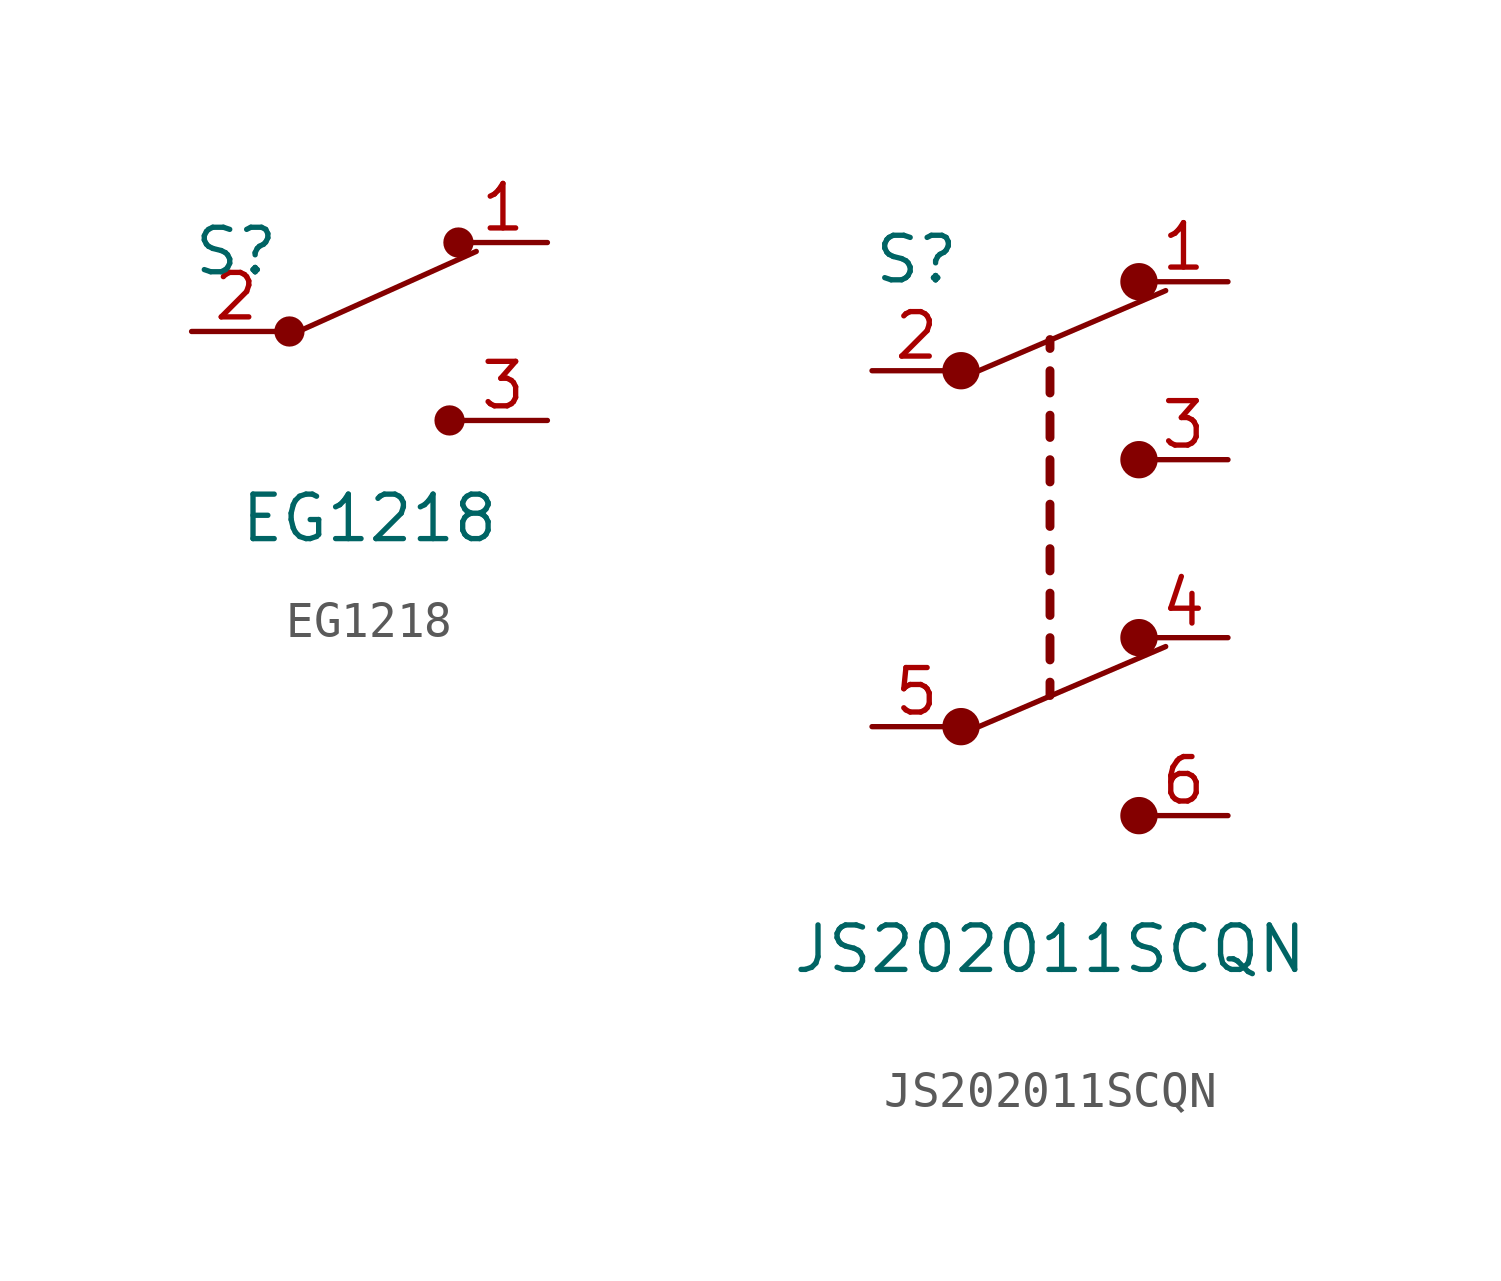
<source format=kicad_sym>
(kicad_symbol_lib
  (version 20220914)
  (generator kicad_symbol_editor)
  (symbol "EG1218"
    (pin_names
      (offset 0))
    (property "Reference" "S"
      (at -3.81 2.286 0)
      (effects (font (size 1.27 1.27))))
    (property "Value" "EG1218"
      (at 0 -5.334 0)
      (effects (font (size 1.27 1.27))))
    (symbol "EG1218_0_1"
      (circle (center -2.286 0) (radius 0.356) (stroke (width 0) (type solid)) (fill (type outline)))
      (polyline (pts (xy -2.032 0) (xy 3.048 2.286)) (stroke (width 0) (type solid)) (fill (type none)))
      (circle (center 2.286 -2.54) (radius 0.356) (stroke (width 0) (type solid)) (fill (type outline)))
      (circle (center 2.54 2.54) (radius 0.356) (stroke (width 0) (type solid)) (fill (type outline))))
    (symbol "EG1218_1_1"
      (pin passive line (at 5.08 2.54 180) (length 2.54) (name "~" (effects (font (size 1.27 1.27)))) (number "1" (effects (font (size 1.27 1.27)))))
      (pin passive line (at -5.08 0 0) (length 2.54) (name "~" (effects (font (size 1.27 1.27)))) (number "2" (effects (font (size 1.27 1.27)))))
      (pin passive line (at 5.08 -2.54 180) (length 2.54) (name "~" (effects (font (size 1.27 1.27)))) (number "3" (effects (font (size 1.27 1.27)))))))
  (symbol "JS202011SCQN"
    (pin_names
      (offset 0))
    (property "Reference" "S"
      (at -3.81 8.255 0)
      (effects (font (size 1.27 1.27))))
    (property "Value" "JS202011SCQN"
      (at 0 -11.43 0)
      (effects (font (size 1.27 1.27))))
    (symbol "JS202011SCQN_0_1"
      (circle (center -2.54 -5.08) (radius 0.457) (stroke (width 0) (type solid)) (fill (type outline)))
      (circle (center -2.54 5.08) (radius 0.457) (stroke (width 0) (type solid)) (fill (type outline)))
      (polyline (pts (xy -2.032 -5.08) (xy 3.302 -2.794)) (stroke (width 0) (type solid)) (fill (type none)))
      (polyline (pts (xy -2.032 5.08) (xy 3.302 7.366)) (stroke (width 0) (type solid)) (fill (type none)))
      (polyline (pts (xy 0 -3.81) (xy 0 -4.191)) (stroke (width 0.254) (type solid)) (fill (type none)))
      (polyline (pts (xy 0 -2.54) (xy 0 -3.175)) (stroke (width 0.254) (type solid)) (fill (type none)))
      (polyline (pts (xy 0 -1.27) (xy 0 -1.905)) (stroke (width 0.254) (type solid)) (fill (type none)))
      (polyline (pts (xy 0 0) (xy 0 -0.635)) (stroke (width 0.254) (type solid)) (fill (type none)))
      (polyline (pts (xy 0 1.27) (xy 0 0.635)) (stroke (width 0.254) (type solid)) (fill (type none)))
      (polyline (pts (xy 0 2.54) (xy 0 1.905)) (stroke (width 0.254) (type solid)) (fill (type none)))
      (polyline (pts (xy 0 3.81) (xy 0 3.175)) (stroke (width 0.254) (type solid)) (fill (type none)))
      (polyline (pts (xy 0 5.08) (xy 0 4.445)) (stroke (width 0.254) (type solid)) (fill (type none)))
      (polyline (pts (xy 0 5.969) (xy 0 5.715)) (stroke (width 0.254) (type solid)) (fill (type none)))
      (circle (center 2.54 -7.62) (radius 0.457) (stroke (width 0) (type solid)) (fill (type outline)))
      (circle (center 2.54 -2.54) (radius 0.457) (stroke (width 0) (type solid)) (fill (type outline)))
      (circle (center 2.54 2.54) (radius 0.457) (stroke (width 0) (type solid)) (fill (type outline)))
      (circle (center 2.54 7.62) (radius 0.457) (stroke (width 0) (type solid)) (fill (type outline))))
    (symbol "JS202011SCQN_1_1"
      (pin passive line (at 5.08 7.62 180) (length 2.54) (name "~" (effects (font (size 1.27 1.27)))) (number "1" (effects (font (size 1.27 1.27)))))
      (pin passive line (at -5.08 5.08 0) (length 2.54) (name "~" (effects (font (size 1.27 1.27)))) (number "2" (effects (font (size 1.27 1.27)))))
      (pin passive line (at 5.08 2.54 180) (length 2.54) (name "~" (effects (font (size 1.27 1.27)))) (number "3" (effects (font (size 1.27 1.27)))))
      (pin passive line (at 5.08 -2.54 180) (length 2.54) (name "~" (effects (font (size 1.27 1.27)))) (number "4" (effects (font (size 1.27 1.27)))))
      (pin passive line (at -5.08 -5.08 0) (length 2.54) (name "~" (effects (font (size 1.27 1.27)))) (number "5" (effects (font (size 1.27 1.27)))))
      (pin passive line (at 5.08 -7.62 180) (length 2.54) (name "~" (effects (font (size 1.27 1.27)))) (number "6" (effects (font (size 1.27 1.27))))))))
</source>
